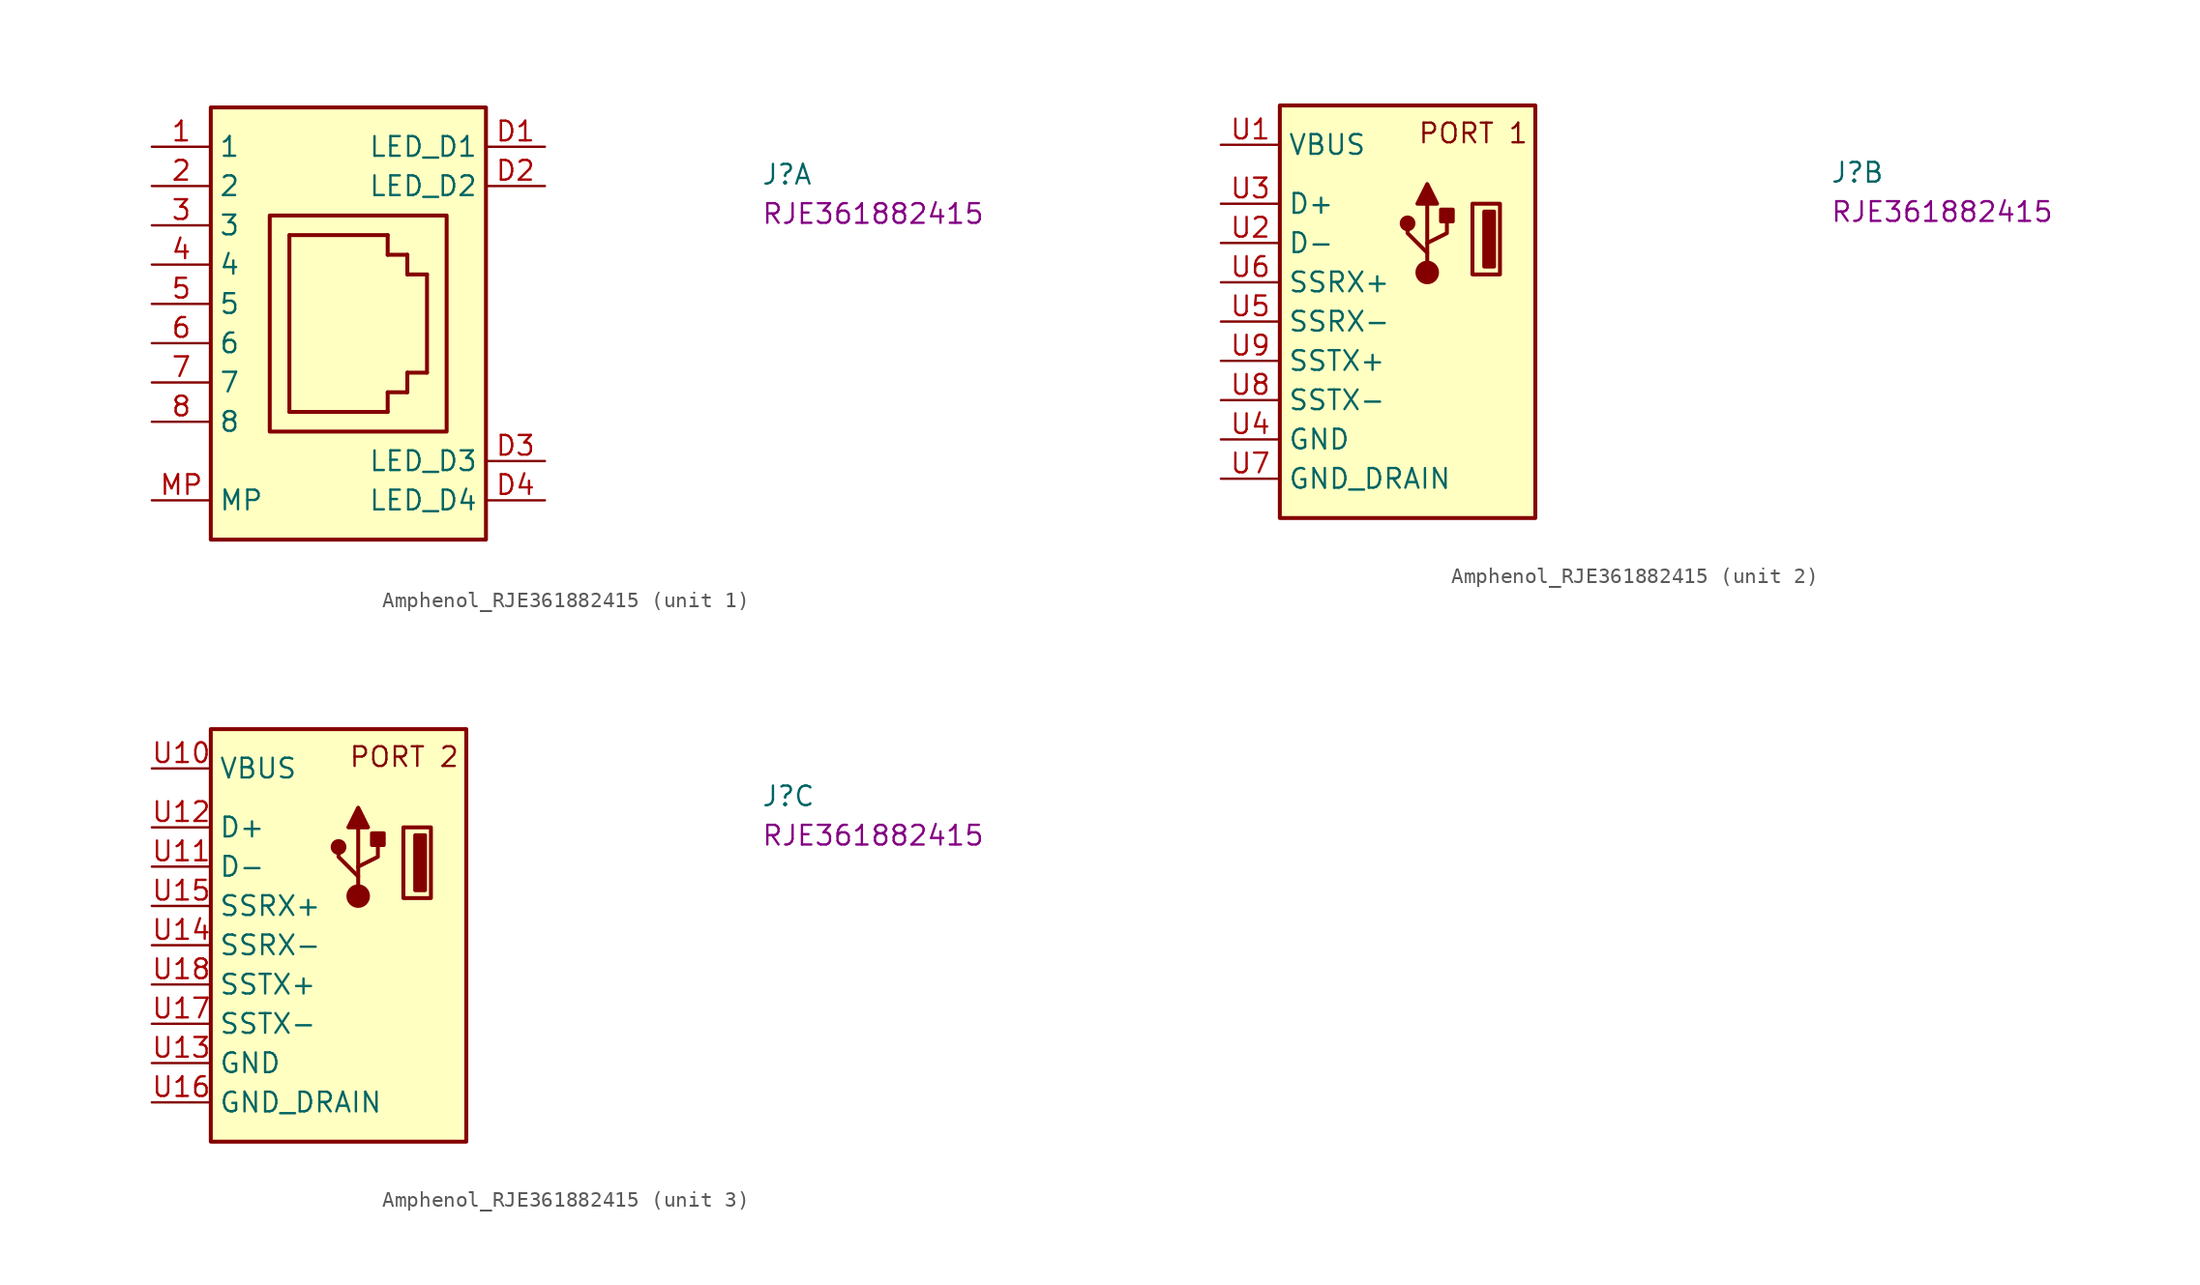
<source format=kicad_sym>
(kicad_symbol_lib
  (version 20220914)
  (generator kicad_symbol_editor)
  (symbol "Amphenol_RJE361882415"
    (property "Reference" "J"
      (at 39.37 -2.54 0)
      (effects (font (size 1.27 1.27) (thickness 0.15)) (justify left bottom)))
    (property "MPN" "RJE361882415"
      (at 39.37 -5.08 0)
      (effects (font (size 1.27 1.27) (thickness 0.15)) (justify left bottom)))
    (property "ki_locked" ""
      (at 0 0 0)
      (effects (font (size 1.27 1.27))))
    (symbol "Amphenol_RJE361882415_1_1"
      (polyline (pts (xy 8.89 -17.145) (xy 8.89 -5.715)) (stroke (width 0.254) (type default)) (fill (type background)))
      (polyline (pts (xy 8.89 -5.715) (xy 15.24 -5.715)) (stroke (width 0.254) (type default)) (fill (type background)))
      (polyline (pts (xy 15.24 -17.145) (xy 8.89 -17.145)) (stroke (width 0.254) (type default)) (fill (type background)))
      (polyline (pts (xy 15.24 -17.145) (xy 15.24 -15.875)) (stroke (width 0.254) (type default)) (fill (type background)))
      (polyline (pts (xy 15.24 -15.875) (xy 16.51 -15.875)) (stroke (width 0.254) (type default)) (fill (type background)))
      (polyline (pts (xy 15.24 -6.985) (xy 16.51 -6.985)) (stroke (width 0.254) (type default)) (fill (type background)))
      (polyline (pts (xy 15.24 -5.715) (xy 15.24 -6.985)) (stroke (width 0.254) (type default)) (fill (type background)))
      (polyline (pts (xy 16.51 -15.875) (xy 16.51 -14.605)) (stroke (width 0.254) (type default)) (fill (type background)))
      (polyline (pts (xy 16.51 -14.605) (xy 17.78 -14.605)) (stroke (width 0.254) (type default)) (fill (type background)))
      (polyline (pts (xy 16.51 -8.255) (xy 17.78 -8.255)) (stroke (width 0.254) (type default)) (fill (type background)))
      (polyline (pts (xy 16.51 -6.985) (xy 16.51 -8.255)) (stroke (width 0.254) (type default)) (fill (type background)))
      (polyline (pts (xy 17.78 -8.255) (xy 17.78 -14.605)) (stroke (width 0.254) (type default)) (fill (type background)))
      (rectangle (start 3.81 2.54) (end 21.59 -25.4) (stroke (width 0.254) (type default)) (fill (type background)))
      (rectangle (start 7.62 -4.445) (end 19.05 -18.415) (stroke (width 0.254) (type default)) (fill (type background)))
      (pin bidirectional line (at 0 0 0) (length 3.81) (name "1" (effects (font (size 1.27 1.27)))) (number "1" (effects (font (size 1.27 1.27)))))
      (pin bidirectional line (at 0 -2.54 0) (length 3.81) (name "2" (effects (font (size 1.27 1.27)))) (number "2" (effects (font (size 1.27 1.27)))))
      (pin bidirectional line (at 0 -5.08 0) (length 3.81) (name "3" (effects (font (size 1.27 1.27)))) (number "3" (effects (font (size 1.27 1.27)))))
      (pin bidirectional line (at 0 -7.62 0) (length 3.81) (name "4" (effects (font (size 1.27 1.27)))) (number "4" (effects (font (size 1.27 1.27)))))
      (pin bidirectional line (at 0 -10.16 0) (length 3.81) (name "5" (effects (font (size 1.27 1.27)))) (number "5" (effects (font (size 1.27 1.27)))))
      (pin bidirectional line (at 0 -12.7 0) (length 3.81) (name "6" (effects (font (size 1.27 1.27)))) (number "6" (effects (font (size 1.27 1.27)))))
      (pin bidirectional line (at 0 -15.24 0) (length 3.81) (name "7" (effects (font (size 1.27 1.27)))) (number "7" (effects (font (size 1.27 1.27)))))
      (pin bidirectional line (at 0 -17.78 0) (length 3.81) (name "8" (effects (font (size 1.27 1.27)))) (number "8" (effects (font (size 1.27 1.27)))))
      (pin passive line (at 25.4 0 180) (length 3.81) (name "LED_D1" (effects (font (size 1.27 1.27)))) (number "D1" (effects (font (size 1.27 1.27)))))
      (pin passive line (at 25.4 -2.54 180) (length 3.81) (name "LED_D2" (effects (font (size 1.27 1.27)))) (number "D2" (effects (font (size 1.27 1.27)))))
      (pin passive line (at 25.4 -20.32 180) (length 3.81) (name "LED_D3" (effects (font (size 1.27 1.27)))) (number "D3" (effects (font (size 1.27 1.27)))))
      (pin passive line (at 25.4 -22.86 180) (length 3.81) (name "LED_D4" (effects (font (size 1.27 1.27)))) (number "D4" (effects (font (size 1.27 1.27)))))
      (pin bidirectional line (at 0 -22.86 0) (length 3.81) (name "MP" (effects (font (size 1.27 1.27)))) (number "MP" (effects (font (size 1.27 1.27))))))
    (symbol "Amphenol_RJE361882415_2_1"
      (polyline (pts (xy 13.335 -6.35) (xy 13.335 -3.81)) (stroke (width 0.254) (type default)) (fill (type background)))
      (polyline (pts (xy 12.7 -3.81) (xy 13.97 -3.81) (xy 13.335 -2.54) (xy 12.7 -3.81)) (stroke (width 0.254) (type default)) (fill (type outline)))
      (polyline (pts (xy 13.335 -7.62) (xy 13.335 -6.985) (xy 12.065 -5.715) (xy 12.065 -5.08)) (stroke (width 0.254) (type default)) (fill (type background)))
      (polyline (pts (xy 13.335 -6.985) (xy 13.335 -6.35) (xy 14.605 -5.715) (xy 14.605 -4.445)) (stroke (width 0.254) (type default)) (fill (type background)))
      (rectangle (start 3.81 2.54) (end 20.32 -24.13) (stroke (width 0.254) (type default)) (fill (type background)))
      (circle (center 12.065 -5.08) (radius 0.381) (stroke (width 0.254) (type default)) (fill (type outline)))
      (circle (center 13.335 -8.255) (radius 0.635) (stroke (width 0.254) (type default)) (fill (type outline)))
      (rectangle (start 14.224 -4.191) (end 14.986 -4.953) (stroke (width 0.254) (type default)) (fill (type outline)))
      (rectangle (start 16.256 -3.81) (end 18.034 -8.382) (stroke (width 0.254) (type default)) (fill (type background)))
      (rectangle (start 17.018 -4.318) (end 17.653 -7.874) (stroke (width 0.254) (type default)) (fill (type outline)))
      (text "PORT 1" (at 12.7 0 0) (effects (font (size 1.27 1.27) (thickness 0.15)) (justify left bottom)))
      (pin passive line (at 0 0 0) (length 3.81) (name "VBUS" (effects (font (size 1.27 1.27)))) (number "U1" (effects (font (size 1.27 1.27)))))
      (pin bidirectional line (at 0 -6.35 0) (length 3.81) (name "D-" (effects (font (size 1.27 1.27)))) (number "U2" (effects (font (size 1.27 1.27)))))
      (pin bidirectional line (at 0 -3.81 0) (length 3.81) (name "D+" (effects (font (size 1.27 1.27)))) (number "U3" (effects (font (size 1.27 1.27)))))
      (pin power_in line (at 0 -19.05 0) (length 3.81) (name "GND" (effects (font (size 1.27 1.27)))) (number "U4" (effects (font (size 1.27 1.27)))))
      (pin bidirectional line (at 0 -11.43 0) (length 3.81) (name "SSRX-" (effects (font (size 1.27 1.27)))) (number "U5" (effects (font (size 1.27 1.27)))))
      (pin bidirectional line (at 0 -8.89 0) (length 3.81) (name "SSRX+" (effects (font (size 1.27 1.27)))) (number "U6" (effects (font (size 1.27 1.27)))))
      (pin power_in line (at 0 -21.59 0) (length 3.81) (name "GND_DRAIN" (effects (font (size 1.27 1.27)))) (number "U7" (effects (font (size 1.27 1.27)))))
      (pin bidirectional line (at 0 -16.51 0) (length 3.81) (name "SSTX-" (effects (font (size 1.27 1.27)))) (number "U8" (effects (font (size 1.27 1.27)))))
      (pin bidirectional line (at 0 -13.97 0) (length 3.81) (name "SSTX+" (effects (font (size 1.27 1.27)))) (number "U9" (effects (font (size 1.27 1.27))))))
    (symbol "Amphenol_RJE361882415_3_1"
      (polyline (pts (xy 13.335 -6.35) (xy 13.335 -3.81)) (stroke (width 0.254) (type default)) (fill (type background)))
      (polyline (pts (xy 12.7 -3.81) (xy 13.97 -3.81) (xy 13.335 -2.54) (xy 12.7 -3.81)) (stroke (width 0.254) (type default)) (fill (type outline)))
      (polyline (pts (xy 13.335 -7.62) (xy 13.335 -6.985) (xy 12.065 -5.715) (xy 12.065 -5.08)) (stroke (width 0.254) (type default)) (fill (type background)))
      (polyline (pts (xy 13.335 -6.985) (xy 13.335 -6.35) (xy 14.605 -5.715) (xy 14.605 -4.445)) (stroke (width 0.254) (type default)) (fill (type background)))
      (rectangle (start 3.81 2.54) (end 20.32 -24.13) (stroke (width 0.254) (type default)) (fill (type background)))
      (circle (center 12.065 -5.08) (radius 0.381) (stroke (width 0.254) (type default)) (fill (type outline)))
      (circle (center 13.335 -8.255) (radius 0.635) (stroke (width 0.254) (type default)) (fill (type outline)))
      (rectangle (start 14.224 -4.191) (end 14.986 -4.953) (stroke (width 0.254) (type default)) (fill (type outline)))
      (rectangle (start 16.256 -3.81) (end 18.034 -8.382) (stroke (width 0.254) (type default)) (fill (type background)))
      (rectangle (start 17.018 -4.318) (end 17.653 -7.874) (stroke (width 0.254) (type default)) (fill (type outline)))
      (text "PORT 2" (at 12.7 0 0) (effects (font (size 1.27 1.27) (thickness 0.15)) (justify left bottom)))
      (pin passive line (at 0 0 0) (length 3.81) (name "VBUS" (effects (font (size 1.27 1.27)))) (number "U10" (effects (font (size 1.27 1.27)))))
      (pin bidirectional line (at 0 -6.35 0) (length 3.81) (name "D-" (effects (font (size 1.27 1.27)))) (number "U11" (effects (font (size 1.27 1.27)))))
      (pin bidirectional line (at 0 -3.81 0) (length 3.81) (name "D+" (effects (font (size 1.27 1.27)))) (number "U12" (effects (font (size 1.27 1.27)))))
      (pin power_in line (at 0 -19.05 0) (length 3.81) (name "GND" (effects (font (size 1.27 1.27)))) (number "U13" (effects (font (size 1.27 1.27)))))
      (pin bidirectional line (at 0 -11.43 0) (length 3.81) (name "SSRX-" (effects (font (size 1.27 1.27)))) (number "U14" (effects (font (size 1.27 1.27)))))
      (pin bidirectional line (at 0 -8.89 0) (length 3.81) (name "SSRX+" (effects (font (size 1.27 1.27)))) (number "U15" (effects (font (size 1.27 1.27)))))
      (pin power_in line (at 0 -21.59 0) (length 3.81) (name "GND_DRAIN" (effects (font (size 1.27 1.27)))) (number "U16" (effects (font (size 1.27 1.27)))))
      (pin bidirectional line (at 0 -16.51 0) (length 3.81) (name "SSTX-" (effects (font (size 1.27 1.27)))) (number "U17" (effects (font (size 1.27 1.27)))))
      (pin bidirectional line (at 0 -13.97 0) (length 3.81) (name "SSTX+" (effects (font (size 1.27 1.27)))) (number "U18" (effects (font (size 1.27 1.27))))))))
</source>
